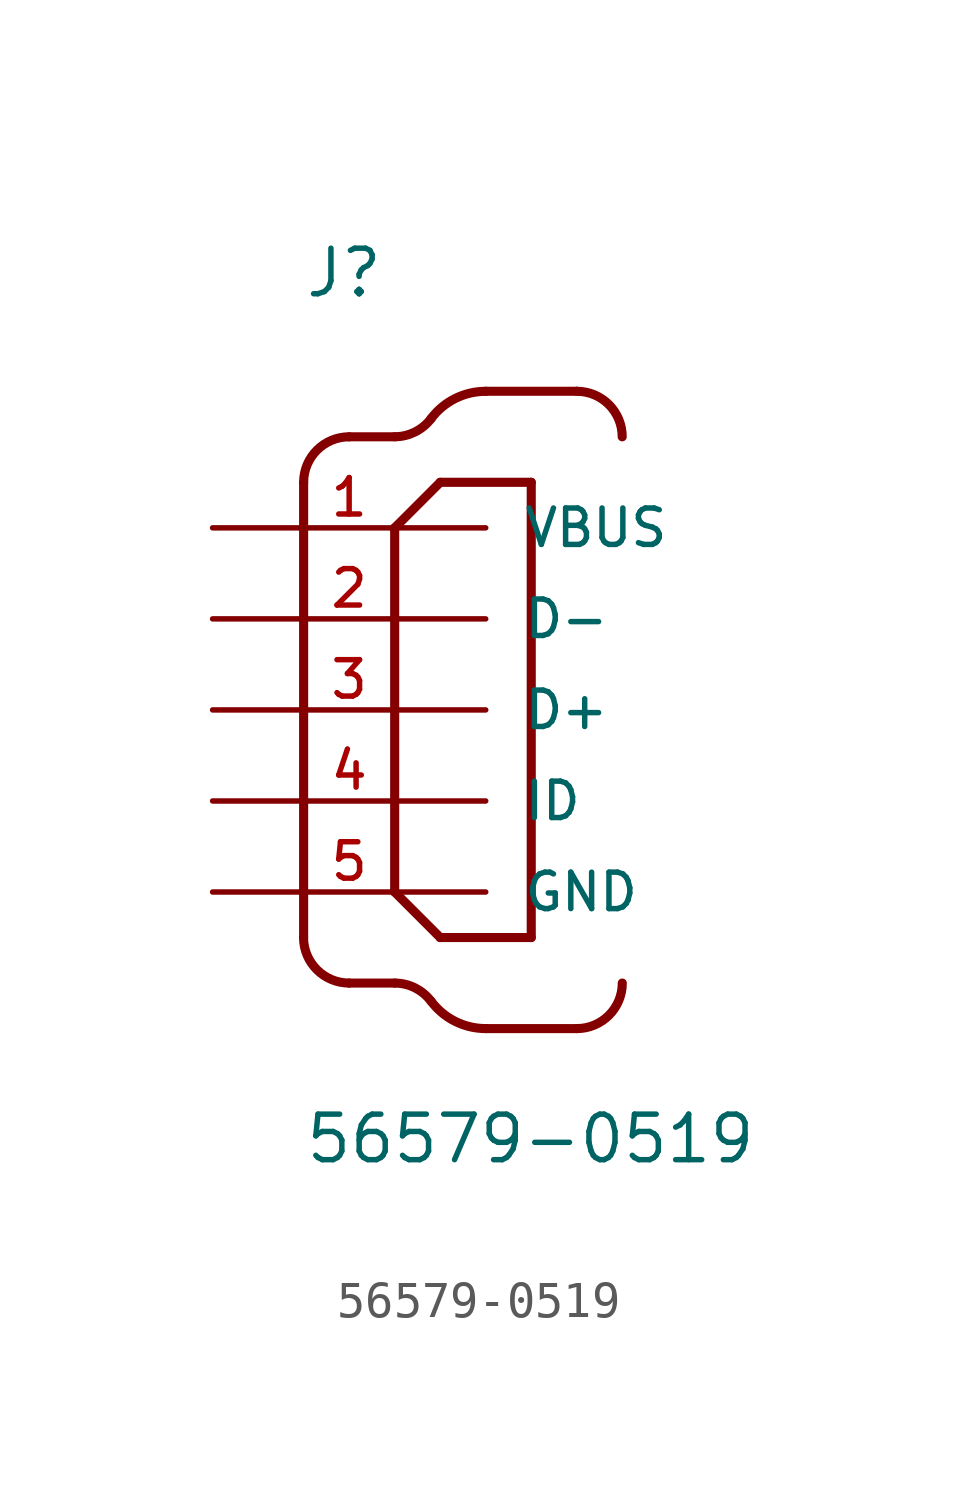
<source format=kicad_sym>
(kicad_symbol_lib
  (version 20211014)
  (generator kicad_symbol_editor)
  (symbol "56579-0519"
    (pin_names
      (offset 1.016))
    (property "Reference" "J"
      (at -2.544 11.448 0)
      (effects (font (size 1.27 1.27)) (justify bottom left)))
    (property "Value" "56579-0519"
      (at -2.542 -12.71 0)
      (effects (font (size 1.27 1.27)) (justify bottom left)))
    (symbol "56579-0519_0_0"
      (polyline (pts (xy -2.54 6.35) (xy -2.54 -6.35)) (stroke (width 0.254)))
      (arc (start -1.27 -7.62) (mid -2.168 -7.248) (end -2.54 -6.35) (stroke (width 0.254) (type default) (color 0 0 0 0)) (fill (type none)))
      (polyline (pts (xy -1.27 -7.62) (xy 0.0 -7.62)) (stroke (width 0.254)))
      (arc (start 1.016 -8.128) (mid 0.5667 -7.7534) (end 0.0 -7.62) (stroke (width 0.254) (type default) (color 0 0 0 0)) (fill (type none)))
      (arc (start 2.54 -8.89) (mid 1.6861 -8.6879) (end 1.016 -8.128) (stroke (width 0.254) (type default) (color 0 0 0 0)) (fill (type none)))
      (polyline (pts (xy 2.54 -8.89) (xy 5.08 -8.89)) (stroke (width 0.254)))
      (arc (start 6.35 -7.62) (mid 5.978 -8.518) (end 5.08 -8.89) (stroke (width 0.254) (type default) (color 0 0 0 0)) (fill (type none)))
      (arc (start -1.27 7.62) (mid -2.168 7.248) (end -2.54 6.35) (stroke (width 0.254) (type default) (color 0 0 0 0)) (fill (type none)))
      (polyline (pts (xy -1.27 7.62) (xy 0.0 7.62)) (stroke (width 0.254)))
      (arc (start 1.016 8.128) (mid 0.5667 7.7534) (end 0.0 7.62) (stroke (width 0.254) (type default) (color 0 0 0 0)) (fill (type none)))
      (arc (start 2.54 8.89) (mid 1.6861 8.6879) (end 1.016 8.128) (stroke (width 0.254) (type default) (color 0 0 0 0)) (fill (type none)))
      (polyline (pts (xy 2.54 8.89) (xy 5.08 8.89)) (stroke (width 0.254)))
      (arc (start 6.35 7.62) (mid 5.978 8.518) (end 5.08 8.89) (stroke (width 0.254) (type default) (color 0 0 0 0)) (fill (type none)))
      (polyline (pts (xy 0.0 5.08) (xy 0.0 -5.08)) (stroke (width 0.254)))
      (polyline (pts (xy 0.0 -5.08) (xy 1.27 -6.35)) (stroke (width 0.254)))
      (polyline (pts (xy 1.27 -6.35) (xy 3.81 -6.35)) (stroke (width 0.254)))
      (polyline (pts (xy 3.81 -6.35) (xy 3.81 6.35)) (stroke (width 0.254)))
      (polyline (pts (xy 3.81 6.35) (xy 1.27 6.35)) (stroke (width 0.254)))
      (polyline (pts (xy 1.27 6.35) (xy 0.0 5.08)) (stroke (width 0.254)))
      (pin power_in line (at -5.08 5.08 0) (length 7.62) (name "VBUS" (effects (font (size 1.016 1.016)))) (number "1" (effects (font (size 1.016 1.016)))))
      (pin bidirectional line (at -5.08 2.54 0) (length 7.62) (name "D-" (effects (font (size 1.016 1.016)))) (number "2" (effects (font (size 1.016 1.016)))))
      (pin bidirectional line (at -5.08 0.0 0) (length 7.62) (name "D+" (effects (font (size 1.016 1.016)))) (number "3" (effects (font (size 1.016 1.016)))))
      (pin bidirectional line (at -5.08 -2.54 0) (length 7.62) (name "ID" (effects (font (size 1.016 1.016)))) (number "4" (effects (font (size 1.016 1.016)))))
      (pin power_in line (at -5.08 -5.08 0) (length 7.62) (name "GND" (effects (font (size 1.016 1.016)))) (number "5" (effects (font (size 1.016 1.016))))))))
</source>
